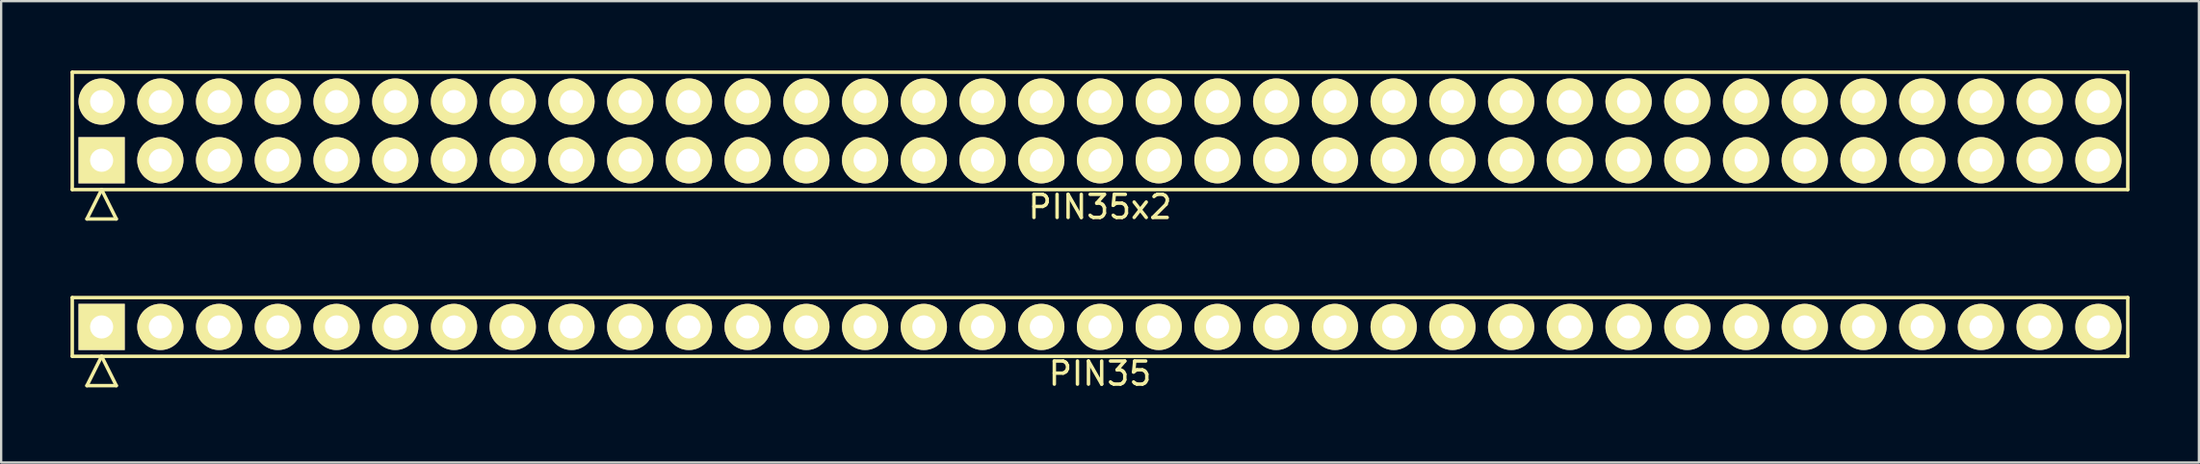
<source format=kicad_pcb>
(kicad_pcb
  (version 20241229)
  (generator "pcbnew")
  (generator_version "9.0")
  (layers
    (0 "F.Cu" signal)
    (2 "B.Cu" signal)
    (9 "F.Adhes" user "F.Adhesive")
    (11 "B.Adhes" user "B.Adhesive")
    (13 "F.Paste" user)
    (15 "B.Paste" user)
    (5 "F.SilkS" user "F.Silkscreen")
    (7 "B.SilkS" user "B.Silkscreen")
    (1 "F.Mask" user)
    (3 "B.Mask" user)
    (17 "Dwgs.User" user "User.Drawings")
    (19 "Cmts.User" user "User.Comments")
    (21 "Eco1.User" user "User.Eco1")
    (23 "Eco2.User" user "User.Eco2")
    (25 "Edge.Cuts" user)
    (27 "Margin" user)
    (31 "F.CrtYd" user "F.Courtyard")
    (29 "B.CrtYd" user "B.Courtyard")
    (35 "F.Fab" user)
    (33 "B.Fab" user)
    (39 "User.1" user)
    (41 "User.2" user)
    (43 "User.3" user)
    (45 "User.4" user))
  (footprint "PIN35x2"
    (layer "F.Cu")
    (at 44.525 2.615)
    (property "Reference" "PIN35x2" (at 0 3.29 0) (layer "F.SilkS") (effects (font (size 1 1) (thickness 0.15))))
    (attr through_hole)
    (fp_line (start -44.45 -2.54) (end -44.45 2.54) (stroke (width 0.15) (type solid)) (layer "F.SilkS"))
    (fp_line (start -44.45 2.54) (end 44.45 2.54) (stroke (width 0.15) (type solid)) (layer "F.SilkS"))
    (fp_line (start -43.815 3.81) (end -43.18 2.54) (stroke (width 0.15) (type solid)) (layer "F.SilkS"))
    (fp_line (start -43.815 3.81) (end -42.545 3.81) (stroke (width 0.15) (type solid)) (layer "F.SilkS"))
    (fp_line (start -42.545 3.81) (end -43.18 2.54) (stroke (width 0.15) (type solid)) (layer "F.SilkS"))
    (fp_line (start 44.45 -2.54) (end -44.45 -2.54) (stroke (width 0.15) (type solid)) (layer "F.SilkS"))
    (fp_line (start 44.45 2.54) (end 44.45 -2.54) (stroke (width 0.15) (type solid)) (layer "F.SilkS"))
    (pad "1" thru_hole rect (at -43.18 1.27) (size 2 2) (drill 1) (layers "*.Cu" "*.Mask" "F.SilkS"))
    (pad "2" thru_hole oval (at -43.18 -1.27) (size 2 2) (drill 1) (layers "*.Cu" "*.Mask" "F.SilkS"))
    (pad "3" thru_hole oval (at -40.64 1.27) (size 2 2) (drill 1) (layers "*.Cu" "*.Mask" "F.SilkS"))
    (pad "4" thru_hole oval (at -40.64 -1.27) (size 2 2) (drill 1) (layers "*.Cu" "*.Mask" "F.SilkS"))
    (pad "5" thru_hole oval (at -38.1 1.27) (size 2 2) (drill 1) (layers "*.Cu" "*.Mask" "F.SilkS"))
    (pad "6" thru_hole oval (at -38.1 -1.27) (size 2 2) (drill 1) (layers "*.Cu" "*.Mask" "F.SilkS"))
    (pad "7" thru_hole oval (at -35.56 1.27) (size 2 2) (drill 1) (layers "*.Cu" "*.Mask" "F.SilkS"))
    (pad "8" thru_hole oval (at -35.56 -1.27) (size 2 2) (drill 1) (layers "*.Cu" "*.Mask" "F.SilkS"))
    (pad "9" thru_hole oval (at -33.02 1.27) (size 2 2) (drill 1) (layers "*.Cu" "*.Mask" "F.SilkS"))
    (pad "10" thru_hole oval (at -33.02 -1.27) (size 2 2) (drill 1) (layers "*.Cu" "*.Mask" "F.SilkS"))
    (pad "11" thru_hole oval (at -30.48 1.27) (size 2 2) (drill 1) (layers "*.Cu" "*.Mask" "F.SilkS"))
    (pad "12" thru_hole oval (at -30.48 -1.27) (size 2 2) (drill 1) (layers "*.Cu" "*.Mask" "F.SilkS"))
    (pad "13" thru_hole oval (at -27.94 1.27) (size 2 2) (drill 1) (layers "*.Cu" "*.Mask" "F.SilkS"))
    (pad "14" thru_hole oval (at -27.94 -1.27) (size 2 2) (drill 1) (layers "*.Cu" "*.Mask" "F.SilkS"))
    (pad "15" thru_hole oval (at -25.4 1.27) (size 2 2) (drill 1) (layers "*.Cu" "*.Mask" "F.SilkS"))
    (pad "16" thru_hole oval (at -25.4 -1.27) (size 2 2) (drill 1) (layers "*.Cu" "*.Mask" "F.SilkS"))
    (pad "17" thru_hole oval (at -22.86 1.27) (size 2 2) (drill 1) (layers "*.Cu" "*.Mask" "F.SilkS"))
    (pad "18" thru_hole oval (at -22.86 -1.27) (size 2 2) (drill 1) (layers "*.Cu" "*.Mask" "F.SilkS"))
    (pad "19" thru_hole oval (at -20.32 1.27) (size 2 2) (drill 1) (layers "*.Cu" "*.Mask" "F.SilkS"))
    (pad "20" thru_hole oval (at -20.32 -1.27) (size 2 2) (drill 1) (layers "*.Cu" "*.Mask" "F.SilkS"))
    (pad "21" thru_hole oval (at -17.78 1.27) (size 2 2) (drill 1) (layers "*.Cu" "*.Mask" "F.SilkS"))
    (pad "22" thru_hole oval (at -17.78 -1.27) (size 2 2) (drill 1) (layers "*.Cu" "*.Mask" "F.SilkS"))
    (pad "23" thru_hole oval (at -15.24 1.27) (size 2 2) (drill 1) (layers "*.Cu" "*.Mask" "F.SilkS"))
    (pad "24" thru_hole oval (at -15.24 -1.27) (size 2 2) (drill 1) (layers "*.Cu" "*.Mask" "F.SilkS"))
    (pad "25" thru_hole oval (at -12.7 1.27) (size 2 2) (drill 1) (layers "*.Cu" "*.Mask" "F.SilkS"))
    (pad "26" thru_hole oval (at -12.7 -1.27) (size 2 2) (drill 1) (layers "*.Cu" "*.Mask" "F.SilkS"))
    (pad "27" thru_hole oval (at -10.16 1.27) (size 2 2) (drill 1) (layers "*.Cu" "*.Mask" "F.SilkS"))
    (pad "28" thru_hole oval (at -10.16 -1.27) (size 2 2) (drill 1) (layers "*.Cu" "*.Mask" "F.SilkS"))
    (pad "29" thru_hole oval (at -7.62 1.27) (size 2 2) (drill 1) (layers "*.Cu" "*.Mask" "F.SilkS"))
    (pad "30" thru_hole oval (at -7.62 -1.27) (size 2 2) (drill 1) (layers "*.Cu" "*.Mask" "F.SilkS"))
    (pad "31" thru_hole oval (at -5.08 1.27) (size 2 2) (drill 1) (layers "*.Cu" "*.Mask" "F.SilkS"))
    (pad "32" thru_hole oval (at -5.08 -1.27) (size 2 2) (drill 1) (layers "*.Cu" "*.Mask" "F.SilkS"))
    (pad "33" thru_hole oval (at -2.54 1.27) (size 2 2) (drill 1) (layers "*.Cu" "*.Mask" "F.SilkS"))
    (pad "34" thru_hole oval (at -2.54 -1.27) (size 2 2) (drill 1) (layers "*.Cu" "*.Mask" "F.SilkS"))
    (pad "35" thru_hole oval (at 0 1.27) (size 2 2) (drill 1) (layers "*.Cu" "*.Mask" "F.SilkS"))
    (pad "36" thru_hole oval (at 0 -1.27) (size 2 2) (drill 1) (layers "*.Cu" "*.Mask" "F.SilkS"))
    (pad "37" thru_hole oval (at 2.54 1.27) (size 2 2) (drill 1) (layers "*.Cu" "*.Mask" "F.SilkS"))
    (pad "38" thru_hole oval (at 2.54 -1.27) (size 2 2) (drill 1) (layers "*.Cu" "*.Mask" "F.SilkS"))
    (pad "39" thru_hole oval (at 5.08 1.27) (size 2 2) (drill 1) (layers "*.Cu" "*.Mask" "F.SilkS"))
    (pad "40" thru_hole oval (at 5.08 -1.27) (size 2 2) (drill 1) (layers "*.Cu" "*.Mask" "F.SilkS"))
    (pad "41" thru_hole oval (at 7.62 1.27) (size 2 2) (drill 1) (layers "*.Cu" "*.Mask" "F.SilkS"))
    (pad "42" thru_hole oval (at 7.62 -1.27) (size 2 2) (drill 1) (layers "*.Cu" "*.Mask" "F.SilkS"))
    (pad "43" thru_hole oval (at 10.16 1.27) (size 2 2) (drill 1) (layers "*.Cu" "*.Mask" "F.SilkS"))
    (pad "44" thru_hole oval (at 10.16 -1.27) (size 2 2) (drill 1) (layers "*.Cu" "*.Mask" "F.SilkS"))
    (pad "45" thru_hole oval (at 12.7 1.27) (size 2 2) (drill 1) (layers "*.Cu" "*.Mask" "F.SilkS"))
    (pad "46" thru_hole oval (at 12.7 -1.27) (size 2 2) (drill 1) (layers "*.Cu" "*.Mask" "F.SilkS"))
    (pad "47" thru_hole oval (at 15.24 1.27) (size 2 2) (drill 1) (layers "*.Cu" "*.Mask" "F.SilkS"))
    (pad "48" thru_hole oval (at 15.24 -1.27) (size 2 2) (drill 1) (layers "*.Cu" "*.Mask" "F.SilkS"))
    (pad "49" thru_hole oval (at 17.78 1.27) (size 2 2) (drill 1) (layers "*.Cu" "*.Mask" "F.SilkS"))
    (pad "50" thru_hole oval (at 17.78 -1.27) (size 2 2) (drill 1) (layers "*.Cu" "*.Mask" "F.SilkS"))
    (pad "51" thru_hole oval (at 20.32 1.27) (size 2 2) (drill 1) (layers "*.Cu" "*.Mask" "F.SilkS"))
    (pad "52" thru_hole oval (at 20.32 -1.27) (size 2 2) (drill 1) (layers "*.Cu" "*.Mask" "F.SilkS"))
    (pad "53" thru_hole oval (at 22.86 1.27) (size 2 2) (drill 1) (layers "*.Cu" "*.Mask" "F.SilkS"))
    (pad "54" thru_hole oval (at 22.86 -1.27) (size 2 2) (drill 1) (layers "*.Cu" "*.Mask" "F.SilkS"))
    (pad "55" thru_hole oval (at 25.4 1.27) (size 2 2) (drill 1) (layers "*.Cu" "*.Mask" "F.SilkS"))
    (pad "56" thru_hole oval (at 25.4 -1.27) (size 2 2) (drill 1) (layers "*.Cu" "*.Mask" "F.SilkS"))
    (pad "57" thru_hole oval (at 27.94 1.27) (size 2 2) (drill 1) (layers "*.Cu" "*.Mask" "F.SilkS"))
    (pad "58" thru_hole oval (at 27.94 -1.27) (size 2 2) (drill 1) (layers "*.Cu" "*.Mask" "F.SilkS"))
    (pad "59" thru_hole oval (at 30.48 1.27) (size 2 2) (drill 1) (layers "*.Cu" "*.Mask" "F.SilkS"))
    (pad "60" thru_hole oval (at 30.48 -1.27) (size 2 2) (drill 1) (layers "*.Cu" "*.Mask" "F.SilkS"))
    (pad "61" thru_hole oval (at 33.02 1.27) (size 2 2) (drill 1) (layers "*.Cu" "*.Mask" "F.SilkS"))
    (pad "62" thru_hole oval (at 33.02 -1.27) (size 2 2) (drill 1) (layers "*.Cu" "*.Mask" "F.SilkS"))
    (pad "63" thru_hole oval (at 35.56 1.27) (size 2 2) (drill 1) (layers "*.Cu" "*.Mask" "F.SilkS"))
    (pad "64" thru_hole oval (at 35.56 -1.27) (size 2 2) (drill 1) (layers "*.Cu" "*.Mask" "F.SilkS"))
    (pad "65" thru_hole oval (at 38.1 1.27) (size 2 2) (drill 1) (layers "*.Cu" "*.Mask" "F.SilkS"))
    (pad "66" thru_hole oval (at 38.1 -1.27) (size 2 2) (drill 1) (layers "*.Cu" "*.Mask" "F.SilkS"))
    (pad "67" thru_hole oval (at 40.64 1.27) (size 2 2) (drill 1) (layers "*.Cu" "*.Mask" "F.SilkS"))
    (pad "68" thru_hole oval (at 40.64 -1.27) (size 2 2) (drill 1) (layers "*.Cu" "*.Mask" "F.SilkS"))
    (pad "69" thru_hole oval (at 43.18 1.27) (size 2 2) (drill 1) (layers "*.Cu" "*.Mask" "F.SilkS"))
    (pad "70" thru_hole oval (at 43.18 -1.27) (size 2 2) (drill 1) (layers "*.Cu" "*.Mask" "F.SilkS")))
  (footprint "PIN35"
    (layer "F.Cu")
    (at 44.525 11.098)
    (property "Reference" "PIN35" (at 0 2.02 0) (layer "F.SilkS") (effects (font (size 1 1) (thickness 0.15))))
    (attr through_hole)
    (fp_line (start -44.45 -1.27) (end -44.45 1.27) (stroke (width 0.15) (type solid)) (layer "F.SilkS"))
    (fp_line (start -44.45 1.27) (end 44.45 1.27) (stroke (width 0.15) (type solid)) (layer "F.SilkS"))
    (fp_line (start -43.815 2.54) (end -43.18 1.27) (stroke (width 0.15) (type solid)) (layer "F.SilkS"))
    (fp_line (start -43.815 2.54) (end -42.545 2.54) (stroke (width 0.15) (type solid)) (layer "F.SilkS"))
    (fp_line (start -42.545 2.54) (end -43.18 1.27) (stroke (width 0.15) (type solid)) (layer "F.SilkS"))
    (fp_line (start 44.45 -1.27) (end -44.45 -1.27) (stroke (width 0.15) (type solid)) (layer "F.SilkS"))
    (fp_line (start 44.45 1.27) (end 44.45 -1.27) (stroke (width 0.15) (type solid)) (layer "F.SilkS"))
    (pad "1" thru_hole rect (at -43.18 0) (size 2 2) (drill 1) (layers "*.Cu" "*.Mask" "F.SilkS"))
    (pad "2" thru_hole oval (at -40.64 0) (size 2 2) (drill 1) (layers "*.Cu" "*.Mask" "F.SilkS"))
    (pad "3" thru_hole oval (at -38.1 0) (size 2 2) (drill 1) (layers "*.Cu" "*.Mask" "F.SilkS"))
    (pad "4" thru_hole oval (at -35.56 0) (size 2 2) (drill 1) (layers "*.Cu" "*.Mask" "F.SilkS"))
    (pad "5" thru_hole oval (at -33.02 0) (size 2 2) (drill 1) (layers "*.Cu" "*.Mask" "F.SilkS"))
    (pad "6" thru_hole oval (at -30.48 0) (size 2 2) (drill 1) (layers "*.Cu" "*.Mask" "F.SilkS"))
    (pad "7" thru_hole oval (at -27.94 0) (size 2 2) (drill 1) (layers "*.Cu" "*.Mask" "F.SilkS"))
    (pad "8" thru_hole oval (at -25.4 0) (size 2 2) (drill 1) (layers "*.Cu" "*.Mask" "F.SilkS"))
    (pad "9" thru_hole oval (at -22.86 0) (size 2 2) (drill 1) (layers "*.Cu" "*.Mask" "F.SilkS"))
    (pad "10" thru_hole oval (at -20.32 0) (size 2 2) (drill 1) (layers "*.Cu" "*.Mask" "F.SilkS"))
    (pad "11" thru_hole oval (at -17.78 0) (size 2 2) (drill 1) (layers "*.Cu" "*.Mask" "F.SilkS"))
    (pad "12" thru_hole oval (at -15.24 0) (size 2 2) (drill 1) (layers "*.Cu" "*.Mask" "F.SilkS"))
    (pad "13" thru_hole oval (at -12.7 0) (size 2 2) (drill 1) (layers "*.Cu" "*.Mask" "F.SilkS"))
    (pad "14" thru_hole oval (at -10.16 0) (size 2 2) (drill 1) (layers "*.Cu" "*.Mask" "F.SilkS"))
    (pad "15" thru_hole oval (at -7.62 0) (size 2 2) (drill 1) (layers "*.Cu" "*.Mask" "F.SilkS"))
    (pad "16" thru_hole oval (at -5.08 0) (size 2 2) (drill 1) (layers "*.Cu" "*.Mask" "F.SilkS"))
    (pad "17" thru_hole oval (at -2.54 0) (size 2 2) (drill 1) (layers "*.Cu" "*.Mask" "F.SilkS"))
    (pad "18" thru_hole oval (at 0 0) (size 2 2) (drill 1) (layers "*.Cu" "*.Mask" "F.SilkS"))
    (pad "19" thru_hole oval (at 2.54 0) (size 2 2) (drill 1) (layers "*.Cu" "*.Mask" "F.SilkS"))
    (pad "20" thru_hole oval (at 5.08 0) (size 2 2) (drill 1) (layers "*.Cu" "*.Mask" "F.SilkS"))
    (pad "21" thru_hole oval (at 7.62 0) (size 2 2) (drill 1) (layers "*.Cu" "*.Mask" "F.SilkS"))
    (pad "22" thru_hole oval (at 10.16 0) (size 2 2) (drill 1) (layers "*.Cu" "*.Mask" "F.SilkS"))
    (pad "23" thru_hole oval (at 12.7 0) (size 2 2) (drill 1) (layers "*.Cu" "*.Mask" "F.SilkS"))
    (pad "24" thru_hole oval (at 15.24 0) (size 2 2) (drill 1) (layers "*.Cu" "*.Mask" "F.SilkS"))
    (pad "25" thru_hole oval (at 17.78 0) (size 2 2) (drill 1) (layers "*.Cu" "*.Mask" "F.SilkS"))
    (pad "26" thru_hole oval (at 20.32 0) (size 2 2) (drill 1) (layers "*.Cu" "*.Mask" "F.SilkS"))
    (pad "27" thru_hole oval (at 22.86 0) (size 2 2) (drill 1) (layers "*.Cu" "*.Mask" "F.SilkS"))
    (pad "28" thru_hole oval (at 25.4 0) (size 2 2) (drill 1) (layers "*.Cu" "*.Mask" "F.SilkS"))
    (pad "29" thru_hole oval (at 27.94 0) (size 2 2) (drill 1) (layers "*.Cu" "*.Mask" "F.SilkS"))
    (pad "30" thru_hole oval (at 30.48 0) (size 2 2) (drill 1) (layers "*.Cu" "*.Mask" "F.SilkS"))
    (pad "31" thru_hole oval (at 33.02 0) (size 2 2) (drill 1) (layers "*.Cu" "*.Mask" "F.SilkS"))
    (pad "32" thru_hole oval (at 35.56 0) (size 2 2) (drill 1) (layers "*.Cu" "*.Mask" "F.SilkS"))
    (pad "33" thru_hole oval (at 38.1 0) (size 2 2) (drill 1) (layers "*.Cu" "*.Mask" "F.SilkS"))
    (pad "34" thru_hole oval (at 40.64 0) (size 2 2) (drill 1) (layers "*.Cu" "*.Mask" "F.SilkS"))
    (pad "35" thru_hole oval (at 43.18 0) (size 2 2) (drill 1) (layers "*.Cu" "*.Mask" "F.SilkS")))
  (gr_rect
    (start -3 -3)
    (end 92.05 16.966)
    (stroke (width 0.1) (type default))
    (fill no)
    (layer "Edge.Cuts")))
</source>
